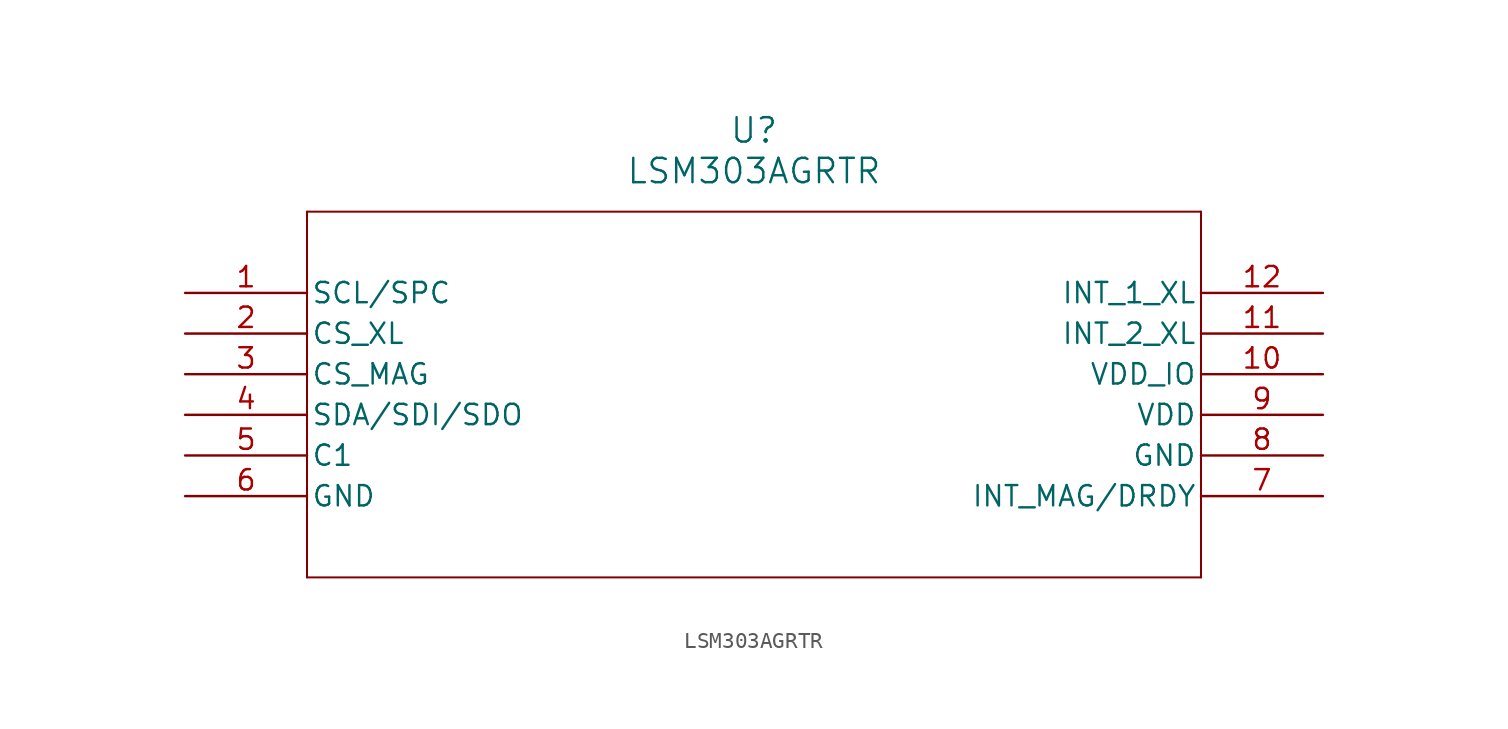
<source format=kicad_sym>
(kicad_symbol_lib
  (version 20211014)
  (generator kicad_symbol_editor)
  (symbol "LSM303AGRTR"
    (pin_names
      (offset 0.254))
    (property "Reference" "U"
      (at 35.56 10.16 0)
      (effects (font (size 1.524 1.524))))
    (property "Value" "LSM303AGRTR"
      (at 35.56 7.62 0)
      (effects (font (size 1.524 1.524))))
    (symbol "LSM303AGRTR_0_1"
      (polyline (pts (xy 7.62 5.08) (xy 7.62 -17.78)) (stroke (width 0.127) (type default) (color 0 0 0 0)) (fill (type none)))
      (polyline (pts (xy 7.62 -17.78) (xy 63.5 -17.78)) (stroke (width 0.127) (type default) (color 0 0 0 0)) (fill (type none)))
      (polyline (pts (xy 63.5 -17.78) (xy 63.5 5.08)) (stroke (width 0.127) (type default) (color 0 0 0 0)) (fill (type none)))
      (polyline (pts (xy 63.5 5.08) (xy 7.62 5.08)) (stroke (width 0.127) (type default) (color 0 0 0 0)) (fill (type none)))
      (pin unspecified line (at 0 0 0) (length 7.62) (name "SCL/SPC" (effects (font (size 1.27 1.27)))) (number "1" (effects (font (size 1.27 1.27)))))
      (pin unspecified line (at 0 -2.54 0) (length 7.62) (name "CS_XL" (effects (font (size 1.27 1.27)))) (number "2" (effects (font (size 1.27 1.27)))))
      (pin unspecified line (at 0 -5.08 0) (length 7.62) (name "CS_MAG" (effects (font (size 1.27 1.27)))) (number "3" (effects (font (size 1.27 1.27)))))
      (pin unspecified line (at 0 -7.62 0) (length 7.62) (name "SDA/SDI/SDO" (effects (font (size 1.27 1.27)))) (number "4" (effects (font (size 1.27 1.27)))))
      (pin unspecified line (at 0 -10.16 0) (length 7.62) (name "C1" (effects (font (size 1.27 1.27)))) (number "5" (effects (font (size 1.27 1.27)))))
      (pin unspecified line (at 0 -12.7 0) (length 7.62) (name "GND" (effects (font (size 1.27 1.27)))) (number "6" (effects (font (size 1.27 1.27)))))
      (pin bidirectional line (at 71.12 -12.7 180) (length 7.62) (name "INT_MAG/DRDY" (effects (font (size 1.27 1.27)))) (number "7" (effects (font (size 1.27 1.27)))))
      (pin power_out line (at 71.12 -10.16 180) (length 7.62) (name "GND" (effects (font (size 1.27 1.27)))) (number "8" (effects (font (size 1.27 1.27)))))
      (pin power_in line (at 71.12 -7.62 180) (length 7.62) (name "VDD" (effects (font (size 1.27 1.27)))) (number "9" (effects (font (size 1.27 1.27)))))
      (pin power_in line (at 71.12 -5.08 180) (length 7.62) (name "VDD_IO" (effects (font (size 1.27 1.27)))) (number "10" (effects (font (size 1.27 1.27)))))
      (pin unspecified line (at 71.12 -2.54 180) (length 7.62) (name "INT_2_XL" (effects (font (size 1.27 1.27)))) (number "11" (effects (font (size 1.27 1.27)))))
      (pin unspecified line (at 71.12 0 180) (length 7.62) (name "INT_1_XL" (effects (font (size 1.27 1.27)))) (number "12" (effects (font (size 1.27 1.27))))))))
</source>
